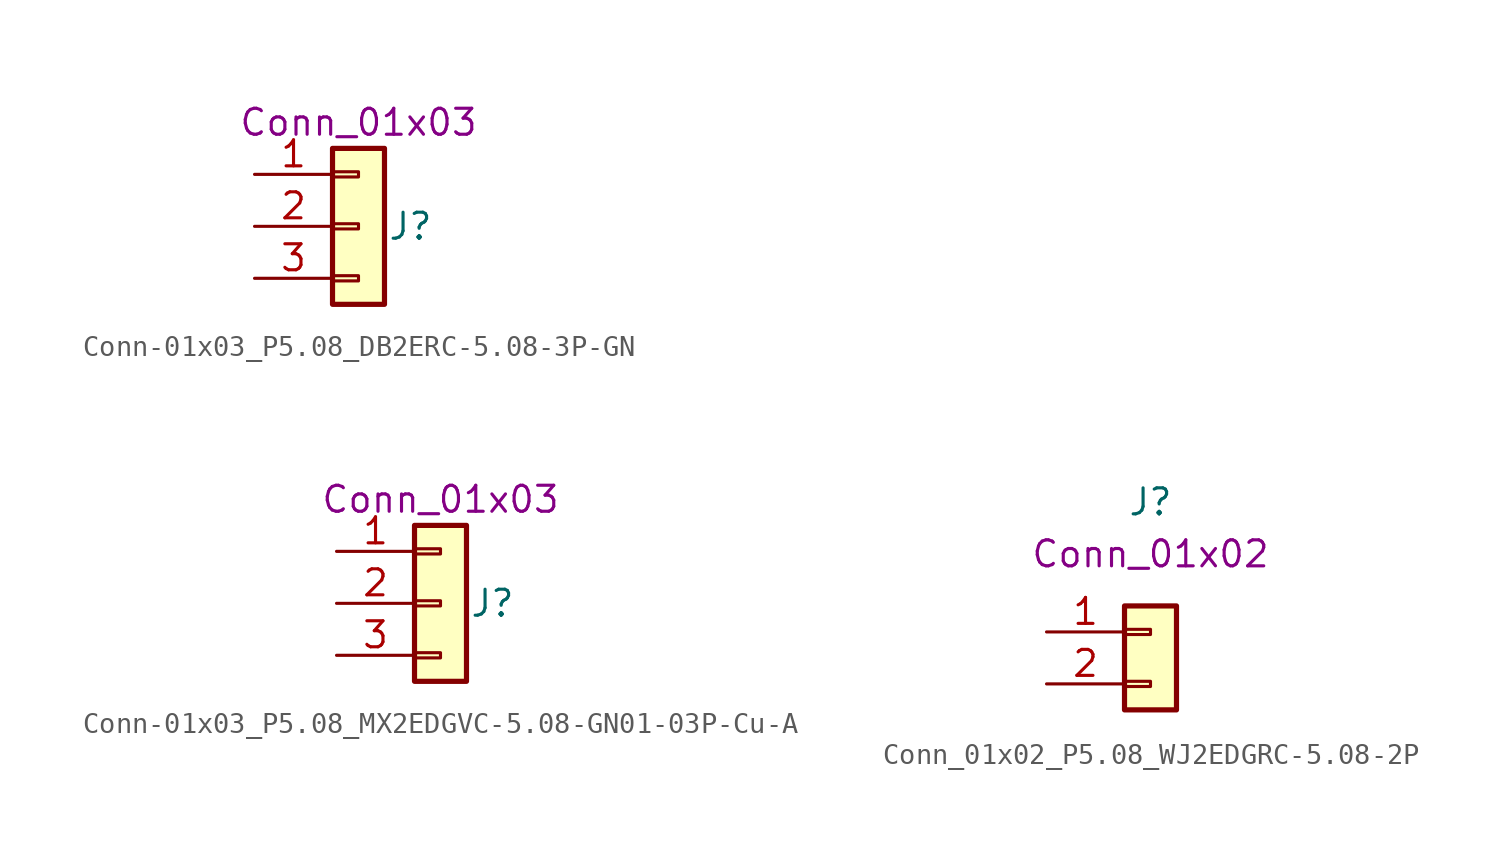
<source format=kicad_sym>
(kicad_symbol_lib
  (version 20220914)
  (generator kicad_symbol_editor)
  (symbol "Conn-01x03_P5.08_DB2ERC-5.08-3P-GN"
    (pin_names
      (offset 1.016) hide)
    (property "Reference" "J"
      (at 2.54 0 0)
      (effects (font (size 1.27 1.27))))
    (property "UserValue" "Conn_01x03"
      (at 0 5.08 0)
      (effects (font (size 1.27 1.27))))
    (symbol "Conn-01x03_P5.08_DB2ERC-5.08-3P-GN_1_1"
      (rectangle (start -1.27 -2.413) (end 0 -2.667) (stroke (width 0.152) (type default)) (fill (type none)))
      (rectangle (start -1.27 0.127) (end 0 -0.127) (stroke (width 0.152) (type default)) (fill (type none)))
      (rectangle (start -1.27 2.667) (end 0 2.413) (stroke (width 0.152) (type default)) (fill (type none)))
      (rectangle (start -1.27 3.81) (end 1.27 -3.81) (stroke (width 0.254) (type default)) (fill (type background)))
      (pin passive line (at -5.08 2.54 0) (length 3.81) (name "Pin_1" (effects (font (size 1.27 1.27)))) (number "1" (effects (font (size 1.27 1.27)))))
      (pin passive line (at -5.08 0 0) (length 3.81) (name "Pin_2" (effects (font (size 1.27 1.27)))) (number "2" (effects (font (size 1.27 1.27)))))
      (pin passive line (at -5.08 -2.54 0) (length 3.81) (name "Pin_3" (effects (font (size 1.27 1.27)))) (number "3" (effects (font (size 1.27 1.27)))))))
  (symbol "Conn-01x03_P5.08_MX2EDGVC-5.08-GN01-03P-Cu-A"
    (pin_names
      (offset 1.016) hide)
    (property "Reference" "J"
      (at 2.54 0 0)
      (effects (font (size 1.27 1.27))))
    (property "UserValue" "Conn_01x03"
      (at 0 5.08 0)
      (effects (font (size 1.27 1.27))))
    (symbol "Conn-01x03_P5.08_MX2EDGVC-5.08-GN01-03P-Cu-A_1_1"
      (rectangle (start -1.27 -2.413) (end 0 -2.667) (stroke (width 0.152) (type default)) (fill (type none)))
      (rectangle (start -1.27 0.127) (end 0 -0.127) (stroke (width 0.152) (type default)) (fill (type none)))
      (rectangle (start -1.27 2.667) (end 0 2.413) (stroke (width 0.152) (type default)) (fill (type none)))
      (rectangle (start -1.27 3.81) (end 1.27 -3.81) (stroke (width 0.254) (type default)) (fill (type background)))
      (pin passive line (at -5.08 2.54 0) (length 3.81) (name "Pin_1" (effects (font (size 1.27 1.27)))) (number "1" (effects (font (size 1.27 1.27)))))
      (pin passive line (at -5.08 0 0) (length 3.81) (name "Pin_2" (effects (font (size 1.27 1.27)))) (number "2" (effects (font (size 1.27 1.27)))))
      (pin passive line (at -5.08 -2.54 0) (length 3.81) (name "Pin_3" (effects (font (size 1.27 1.27)))) (number "3" (effects (font (size 1.27 1.27)))))))
  (symbol "Conn_01x02_P5.08_WJ2EDGRC-5.08-2P"
    (pin_names hide)
    (property "Reference" "J"
      (at 0 7.62 0)
      (effects (font (size 1.27 1.27))))
    (property "UserValue" "Conn_01x02"
      (at 0 5.08 0)
      (effects (font (size 1.27 1.27))))
    (symbol "Conn_01x02_P5.08_WJ2EDGRC-5.08-2P_1_1"
      (rectangle (start -1.27 -1.143) (end 0 -1.397) (stroke (width 0.152) (type default)) (fill (type none)))
      (rectangle (start -1.27 1.397) (end 0 1.143) (stroke (width 0.152) (type default)) (fill (type none)))
      (rectangle (start -1.27 2.54) (end 1.27 -2.54) (stroke (width 0.254) (type default)) (fill (type background)))
      (pin passive line (at -5.08 1.27 0) (length 3.81) (name "Pin_1" (effects (font (size 1.27 1.27)))) (number "1" (effects (font (size 1.27 1.27)))))
      (pin passive line (at -5.08 -1.27 0) (length 3.81) (name "Pin_2" (effects (font (size 1.27 1.27)))) (number "2" (effects (font (size 1.27 1.27))))))))
</source>
